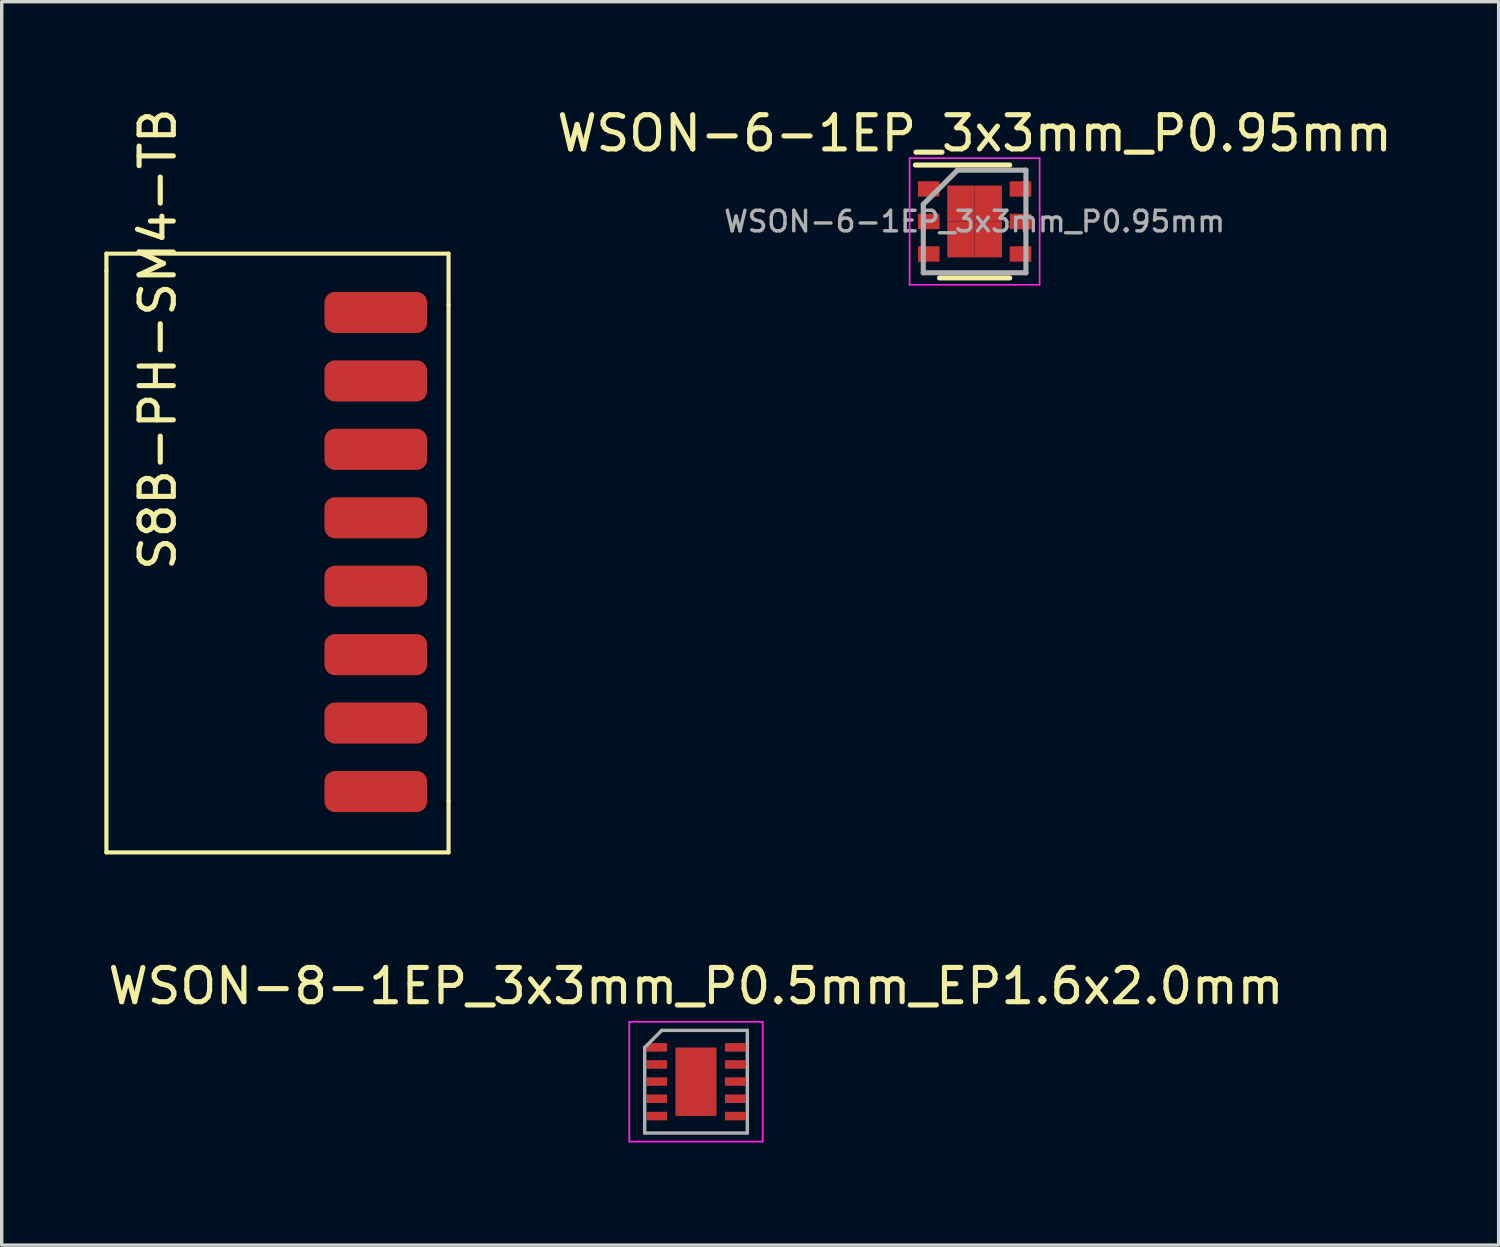
<source format=kicad_pcb>
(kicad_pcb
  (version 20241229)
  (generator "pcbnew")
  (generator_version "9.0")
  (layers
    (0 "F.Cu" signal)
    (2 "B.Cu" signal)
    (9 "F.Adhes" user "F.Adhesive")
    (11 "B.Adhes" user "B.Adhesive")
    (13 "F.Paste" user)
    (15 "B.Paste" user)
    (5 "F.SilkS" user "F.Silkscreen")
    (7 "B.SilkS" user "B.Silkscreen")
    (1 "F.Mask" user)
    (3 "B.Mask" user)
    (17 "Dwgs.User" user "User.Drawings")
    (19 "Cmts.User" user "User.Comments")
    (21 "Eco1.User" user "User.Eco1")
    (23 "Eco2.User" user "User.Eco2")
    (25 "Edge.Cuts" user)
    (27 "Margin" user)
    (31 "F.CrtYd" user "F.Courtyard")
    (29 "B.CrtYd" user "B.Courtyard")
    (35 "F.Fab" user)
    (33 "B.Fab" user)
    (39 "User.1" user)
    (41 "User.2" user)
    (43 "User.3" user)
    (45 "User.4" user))
  (footprint "WSON-8-1EP_3x3mm_P0.5mm_EP1.6x2.0mm"
    (layer "F.Cu")
    (at 17.546 28.311)
    (property "Reference" "WSON-8-1EP_3x3mm_P0.5mm_EP1.6x2.0mm" (at -0.254 -2.54 0) (layer "F.SilkS") (effects (font (size 1 1) (thickness 0.15))))
    (attr smd)
    (fp_line (start -2.204 -1.496) (end -2.204 2.004) (stroke (width 0.05) (type solid)) (layer "F.CrtYd"))
    (fp_line (start -2.204 -1.496) (end 1.696 -1.496) (stroke (width 0.05) (type solid)) (layer "F.CrtYd"))
    (fp_line (start -2.204 2.004) (end 1.696 2.004) (stroke (width 0.05) (type solid)) (layer "F.CrtYd"))
    (fp_line (start 1.696 -1.496) (end 1.696 2.004) (stroke (width 0.05) (type solid)) (layer "F.CrtYd"))
    (fp_line (start -1.754 1.754) (end -1.754 -0.746) (stroke (width 0.1) (type solid)) (layer "F.Fab"))
    (fp_line (start -1.254 -1.246) (end -1.754 -0.746) (stroke (width 0.1) (type solid)) (layer "F.Fab"))
    (fp_line (start -1.254 -1.246) (end 1.246 -1.246) (stroke (width 0.1) (type solid)) (layer "F.Fab"))
    (fp_line (start 1.246 -1.246) (end 1.246 1.754) (stroke (width 0.1) (type solid)) (layer "F.Fab"))
    (fp_line (start 1.246 1.754) (end -1.754 1.754) (stroke (width 0.1) (type solid)) (layer "F.Fab"))
    (pad "1" smd rect (at -1.4 -0.75) (size 0.6 0.25) (layers "F.Cu" "F.Mask" "F.Paste"))
    (pad "2" smd rect (at -1.4 -0.25) (size 0.6 0.25) (layers "F.Cu" "F.Mask" "F.Paste"))
    (pad "3" smd rect (at -1.4 0.25) (size 0.6 0.25) (layers "F.Cu" "F.Mask" "F.Paste"))
    (pad "4" smd rect (at -1.4 0.75) (size 0.6 0.25) (layers "F.Cu" "F.Mask" "F.Paste"))
    (pad "5" smd rect (at -1.4 1.258) (size 0.6 0.25) (layers "F.Cu" "F.Mask" "F.Paste"))
    (pad "6" smd rect (at 0.892 1.258) (size 0.6 0.25) (layers "F.Cu" "F.Mask" "F.Paste"))
    (pad "7" smd rect (at 0.892 0.75) (size 0.6 0.25) (layers "F.Cu" "F.Mask" "F.Paste"))
    (pad "8" smd rect (at 0.892 0.25) (size 0.6 0.25) (layers "F.Cu" "F.Mask" "F.Paste"))
    (pad "9" smd rect (at 0.892 -0.25) (size 0.6 0.25) (layers "F.Cu" "F.Mask" "F.Paste"))
    (pad "10" smd rect (at 0.892 -0.75) (size 0.6 0.25) (layers "F.Cu" "F.Mask" "F.Paste"))
    (pad "11" smd rect (at -0.254 0.254) (size 1.2 2) (layers "F.Cu" "F.Mask")))
  (footprint "WSON-6-1EP_3x3mm_P0.95mm"
    (layer "F.Cu")
    (at 25.435 3.423)
    (property "Reference" "WSON-6-1EP_3x3mm_P0.95mm" (at 0 -2.575 0) (layer "F.SilkS") (effects (font (size 1 1) (thickness 0.15))))
    (attr smd)
    (fp_line (start -1.73 -1.65) (end 1.025 -1.65) (stroke (width 0.15) (type solid)) (layer "F.SilkS"))
    (fp_line (start -1.025 1.65) (end 1.025 1.65) (stroke (width 0.15) (type solid)) (layer "F.SilkS"))
    (fp_line (start -1.9 -1.85) (end -1.9 1.85) (stroke (width 0.05) (type solid)) (layer "F.CrtYd"))
    (fp_line (start -1.9 -1.85) (end 1.9 -1.85) (stroke (width 0.05) (type solid)) (layer "F.CrtYd"))
    (fp_line (start -1.9 1.85) (end 1.9 1.85) (stroke (width 0.05) (type solid)) (layer "F.CrtYd"))
    (fp_line (start 1.9 -1.85) (end 1.9 1.85) (stroke (width 0.05) (type solid)) (layer "F.CrtYd"))
    (fp_line (start -1.5 -0.5) (end -0.5 -1.5) (stroke (width 0.15) (type solid)) (layer "F.Fab"))
    (fp_line (start -1.5 1.5) (end -1.5 -0.5) (stroke (width 0.15) (type solid)) (layer "F.Fab"))
    (fp_line (start -0.5 -1.5) (end 1.5 -1.5) (stroke (width 0.15) (type solid)) (layer "F.Fab"))
    (fp_line (start 1.5 -1.5) (end 1.5 1.5) (stroke (width 0.15) (type solid)) (layer "F.Fab"))
    (fp_line (start 1.5 1.5) (end -1.5 1.5) (stroke (width 0.15) (type solid)) (layer "F.Fab"))
    (fp_text user "${REFERENCE}" (at 0 0 0) (layer "F.Fab") (effects (font (size 0.6 0.6) (thickness 0.1))))
    (pad "1" smd rect (at -1.34 -0.95) (size 0.63 0.45) (layers "F.Cu" "F.Mask" "F.Paste"))
    (pad "2" smd rect (at -1.34 0) (size 0.63 0.45) (layers "F.Cu" "F.Mask" "F.Paste"))
    (pad "3" smd rect (at -1.34 0.95) (size 0.63 0.45) (layers "F.Cu" "F.Mask" "F.Paste"))
    (pad "4" smd rect (at 1.34 0.95) (size 0.63 0.45) (layers "F.Cu" "F.Mask" "F.Paste"))
    (pad "5" smd rect (at 1.34 0) (size 0.63 0.45) (layers "F.Cu" "F.Mask" "F.Paste"))
    (pad "6" smd rect (at 1.34 -0.95) (size 0.63 0.45) (layers "F.Cu" "F.Mask" "F.Paste"))
    (pad "7" smd rect (at -0.4 -0.525) (size 0.8 1.05) (layers "F.Cu" "F.Mask" "F.Paste"))
    (pad "7" smd rect (at -0.4 0.525) (size 0.8 1.05) (layers "F.Cu" "F.Mask" "F.Paste"))
    (pad "7" smd rect (at 0.4 -0.525) (size 0.8 1.05) (layers "F.Cu" "F.Mask" "F.Paste"))
    (pad "7" smd rect (at 0.4 0.525) (size 0.8 1.05) (layers "F.Cu" "F.Mask" "F.Paste")))
  (footprint "S8B-PH-SM4-TB"
    (layer "F.Cu")
    (at 9.06 3.863)
    (property "Reference" "S8B-PH-SM4-TB" (at -7.5 3 90) (layer "F.SilkS") (effects (font (size 1 1) (thickness 0.15))))
    (attr through_hole)
    (fp_line (start -9 0.5) (end -9 1) (stroke (width 0.12) (type solid)) (layer "F.SilkS"))
    (fp_line (start -9 1) (end -9 18) (stroke (width 0.12) (type solid)) (layer "F.SilkS"))
    (fp_line (start 1 0.5) (end -9 0.5) (stroke (width 0.12) (type solid)) (layer "F.SilkS"))
    (fp_line (start 1 2) (end 1 0.5) (stroke (width 0.12) (type solid)) (layer "F.SilkS"))
    (fp_line (start 1 2) (end 1 16.5) (stroke (width 0.12) (type solid)) (layer "F.SilkS"))
    (fp_line (start 1 16.5) (end 1 18) (stroke (width 0.12) (type solid)) (layer "F.SilkS"))
    (fp_line (start 1 18) (end -9 18) (stroke (width 0.12) (type solid)) (layer "F.SilkS"))
    (pad "1" smd roundrect (at -1.127 2.22) (size 3 1.2) (layers "F.Cu" "F.Mask" "F.Paste") (roundrect_rratio 0.25))
    (pad "2" smd roundrect (at -1.127 4.22) (size 3 1.2) (layers "F.Cu" "F.Mask" "F.Paste") (roundrect_rratio 0.25))
    (pad "3" smd roundrect (at -1.127 6.22) (size 3 1.2) (layers "F.Cu" "F.Mask" "F.Paste") (roundrect_rratio 0.25))
    (pad "4" smd roundrect (at -1.127 8.22) (size 3 1.2) (layers "F.Cu" "F.Mask" "F.Paste") (roundrect_rratio 0.25))
    (pad "5" smd roundrect (at -1.127 10.22) (size 3 1.2) (layers "F.Cu" "F.Mask" "F.Paste") (roundrect_rratio 0.25))
    (pad "6" smd roundrect (at -1.127 12.22) (size 3 1.2) (layers "F.Cu" "F.Mask" "F.Paste") (roundrect_rratio 0.25))
    (pad "7" smd roundrect (at -1.127 14.22) (size 3 1.2) (layers "F.Cu" "F.Mask" "F.Paste") (roundrect_rratio 0.25))
    (pad "8" smd roundrect (at -1.127 16.22) (size 3 1.2) (layers "F.Cu" "F.Mask" "F.Paste") (roundrect_rratio 0.25)))
  (gr_rect
    (start -3 -3)
    (end 40.751 33.34)
    (stroke (width 0.1) (type default))
    (fill no)
    (layer "Edge.Cuts")))
</source>
